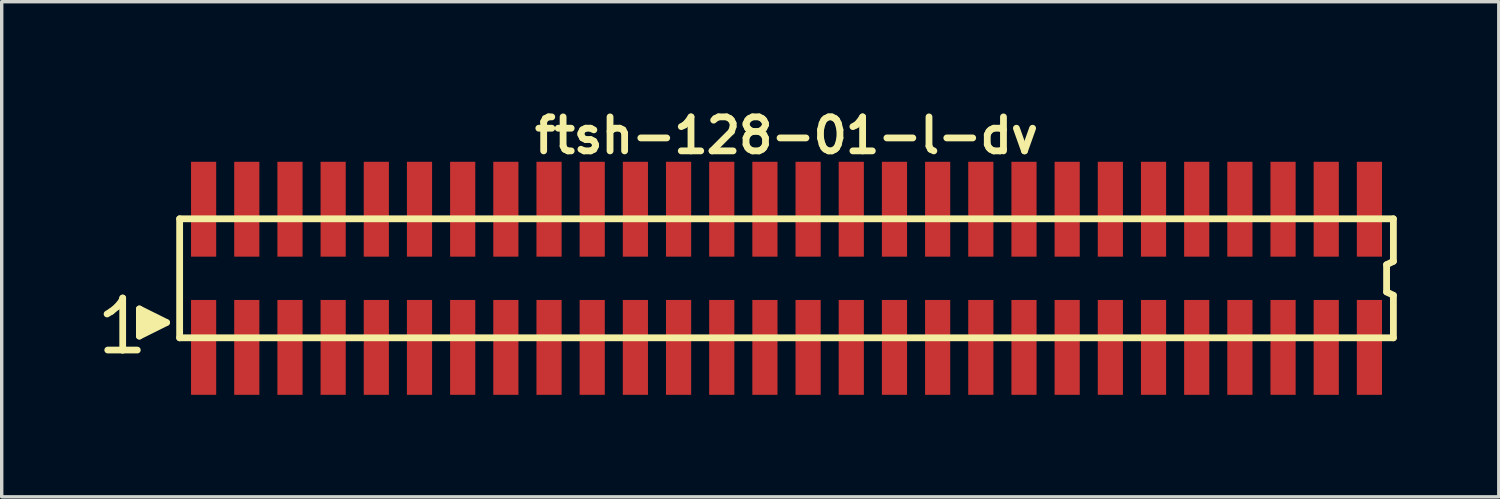
<source format=kicad_pcb>
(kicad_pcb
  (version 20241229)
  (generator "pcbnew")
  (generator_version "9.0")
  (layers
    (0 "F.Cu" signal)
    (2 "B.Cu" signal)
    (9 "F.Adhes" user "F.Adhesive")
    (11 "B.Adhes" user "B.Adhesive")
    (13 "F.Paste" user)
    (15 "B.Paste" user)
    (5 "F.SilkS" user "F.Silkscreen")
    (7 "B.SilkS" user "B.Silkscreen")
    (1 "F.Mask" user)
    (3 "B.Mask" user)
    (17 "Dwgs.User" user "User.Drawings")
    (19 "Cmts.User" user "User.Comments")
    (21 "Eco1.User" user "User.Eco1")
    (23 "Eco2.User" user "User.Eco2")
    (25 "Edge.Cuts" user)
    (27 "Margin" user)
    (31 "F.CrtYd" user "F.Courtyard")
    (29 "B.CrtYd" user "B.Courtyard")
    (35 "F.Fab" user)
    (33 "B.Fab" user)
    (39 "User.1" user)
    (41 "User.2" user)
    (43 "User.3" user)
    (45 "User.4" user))
  (footprint "ftsh-128-01-l-dv"
    (layer "F.Cu")
    (at 20.084 5.136)
    (property "Reference" "ftsh-128-01-l-dv" (at 0 -4.2 0) (layer "F.SilkS") (effects (font (size 1 1) (thickness 0.2))))
    (attr smd)
    (fp_line (start -19.985 1.05) (end -19.855 0.97) (stroke (width 0.198) (type solid)) (layer "F.SilkS"))
    (fp_line (start -19.855 0.97) (end -19.695 0.84) (stroke (width 0.198) (type solid)) (layer "F.SilkS"))
    (fp_line (start -19.695 0.84) (end -19.555 0.67) (stroke (width 0.198) (type solid)) (layer "F.SilkS"))
    (fp_line (start -19.555 0.67) (end -19.525 0.58) (stroke (width 0.198) (type solid)) (layer "F.SilkS"))
    (fp_line (start -19.525 0.58) (end -19.525 2.11) (stroke (width 0.198) (type solid)) (layer "F.SilkS"))
    (fp_line (start -19.525 2.11) (end -19.965 2.11) (stroke (width 0.198) (type solid)) (layer "F.SilkS"))
    (fp_line (start -19.095 2.11) (end -19.535 2.11) (stroke (width 0.198) (type solid)) (layer "F.SilkS"))
    (fp_line (start -19.035 0.9) (end -18.235 1.3) (stroke (width 0.198) (type solid)) (layer "F.SilkS"))
    (fp_line (start -19.035 1.7) (end -19.035 0.9) (stroke (width 0.198) (type solid)) (layer "F.SilkS"))
    (fp_line (start -18.935 1.6) (end -18.935 1) (stroke (width 0.198) (type solid)) (layer "F.SilkS"))
    (fp_line (start -18.835 1.1) (end -18.835 1.5) (stroke (width 0.198) (type solid)) (layer "F.SilkS"))
    (fp_line (start -18.735 1.5) (end -18.735 1.1) (stroke (width 0.198) (type solid)) (layer "F.SilkS"))
    (fp_line (start -18.635 1.2) (end -18.635 1.4) (stroke (width 0.198) (type solid)) (layer "F.SilkS"))
    (fp_line (start -18.535 1.4) (end -18.535 1.2) (stroke (width 0.198) (type solid)) (layer "F.SilkS"))
    (fp_line (start -18.235 1.3) (end -19.035 1.7) (stroke (width 0.198) (type solid)) (layer "F.SilkS"))
    (fp_line (start -17.85 -1.75) (end -17.85 1.75) (stroke (width 0.2) (type solid)) (layer "F.SilkS"))
    (fp_line (start -17.85 -1.75) (end 17.85 -1.75) (stroke (width 0.2) (type solid)) (layer "F.SilkS"))
    (fp_line (start -17.85 1.75) (end 17.85 1.75) (stroke (width 0.2) (type solid)) (layer "F.SilkS"))
    (fp_line (start 17.65 -0.4) (end 17.65 0.4) (stroke (width 0.2) (type solid)) (layer "F.SilkS"))
    (fp_line (start 17.65 0.4) (end 17.85 0.5) (stroke (width 0.2) (type solid)) (layer "F.SilkS"))
    (fp_line (start 17.85 -0.5) (end 17.65 -0.4) (stroke (width 0.2) (type solid)) (layer "F.SilkS"))
    (fp_line (start 17.85 -0.5) (end 17.85 -1.75) (stroke (width 0.2) (type solid)) (layer "F.SilkS"))
    (fp_line (start 17.85 0.5) (end 17.85 1.75) (stroke (width 0.2) (type solid)) (layer "F.SilkS"))
    (pad "1" smd rect (at -17.145 2.032) (size 0.74 2.79) (layers "F.Cu" "F.Mask" "F.Paste"))
    (pad "2" smd rect (at -17.145 -2.032) (size 0.74 2.79) (layers "F.Cu" "F.Mask" "F.Paste"))
    (pad "3" smd rect (at -15.875 2.032) (size 0.74 2.79) (layers "F.Cu" "F.Mask" "F.Paste"))
    (pad "4" smd rect (at -15.875 -2.032) (size 0.74 2.79) (layers "F.Cu" "F.Mask" "F.Paste"))
    (pad "5" smd rect (at -14.605 2.032) (size 0.74 2.79) (layers "F.Cu" "F.Mask" "F.Paste"))
    (pad "6" smd rect (at -14.605 -2.032) (size 0.74 2.79) (layers "F.Cu" "F.Mask" "F.Paste"))
    (pad "7" smd rect (at -13.335 2.032) (size 0.74 2.79) (layers "F.Cu" "F.Mask" "F.Paste"))
    (pad "8" smd rect (at -13.335 -2.032) (size 0.74 2.79) (layers "F.Cu" "F.Mask" "F.Paste"))
    (pad "9" smd rect (at -12.065 2.032) (size 0.74 2.79) (layers "F.Cu" "F.Mask" "F.Paste"))
    (pad "10" smd rect (at -12.065 -2.032) (size 0.74 2.79) (layers "F.Cu" "F.Mask" "F.Paste"))
    (pad "11" smd rect (at -10.795 2.032) (size 0.74 2.79) (layers "F.Cu" "F.Mask" "F.Paste"))
    (pad "12" smd rect (at -10.795 -2.032) (size 0.74 2.79) (layers "F.Cu" "F.Mask" "F.Paste"))
    (pad "13" smd rect (at -9.525 2.032) (size 0.74 2.79) (layers "F.Cu" "F.Mask" "F.Paste"))
    (pad "14" smd rect (at -9.525 -2.032) (size 0.74 2.79) (layers "F.Cu" "F.Mask" "F.Paste"))
    (pad "15" smd rect (at -8.255 2.032) (size 0.74 2.79) (layers "F.Cu" "F.Mask" "F.Paste"))
    (pad "16" smd rect (at -8.255 -2.032) (size 0.74 2.79) (layers "F.Cu" "F.Mask" "F.Paste"))
    (pad "17" smd rect (at -6.985 2.032) (size 0.74 2.79) (layers "F.Cu" "F.Mask" "F.Paste"))
    (pad "18" smd rect (at -6.985 -2.032) (size 0.74 2.79) (layers "F.Cu" "F.Mask" "F.Paste"))
    (pad "19" smd rect (at -5.715 2.032) (size 0.74 2.79) (layers "F.Cu" "F.Mask" "F.Paste"))
    (pad "20" smd rect (at -5.715 -2.032) (size 0.74 2.79) (layers "F.Cu" "F.Mask" "F.Paste"))
    (pad "21" smd rect (at -4.445 2.032) (size 0.74 2.79) (layers "F.Cu" "F.Mask" "F.Paste"))
    (pad "22" smd rect (at -4.445 -2.032) (size 0.74 2.79) (layers "F.Cu" "F.Mask" "F.Paste"))
    (pad "23" smd rect (at -3.175 2.032) (size 0.74 2.79) (layers "F.Cu" "F.Mask" "F.Paste"))
    (pad "24" smd rect (at -3.175 -2.032) (size 0.74 2.79) (layers "F.Cu" "F.Mask" "F.Paste"))
    (pad "25" smd rect (at -1.905 2.032) (size 0.74 2.79) (layers "F.Cu" "F.Mask" "F.Paste"))
    (pad "26" smd rect (at -1.905 -2.032) (size 0.74 2.79) (layers "F.Cu" "F.Mask" "F.Paste"))
    (pad "27" smd rect (at -0.635 2.032) (size 0.74 2.79) (layers "F.Cu" "F.Mask" "F.Paste"))
    (pad "28" smd rect (at -0.635 -2.032) (size 0.74 2.79) (layers "F.Cu" "F.Mask" "F.Paste"))
    (pad "29" smd rect (at 0.635 2.032) (size 0.74 2.79) (layers "F.Cu" "F.Mask" "F.Paste"))
    (pad "30" smd rect (at 0.635 -2.032) (size 0.74 2.79) (layers "F.Cu" "F.Mask" "F.Paste"))
    (pad "31" smd rect (at 1.905 2.032) (size 0.74 2.79) (layers "F.Cu" "F.Mask" "F.Paste"))
    (pad "32" smd rect (at 1.905 -2.032) (size 0.74 2.79) (layers "F.Cu" "F.Mask" "F.Paste"))
    (pad "33" smd rect (at 3.175 2.032) (size 0.74 2.79) (layers "F.Cu" "F.Mask" "F.Paste"))
    (pad "34" smd rect (at 3.175 -2.032) (size 0.74 2.79) (layers "F.Cu" "F.Mask" "F.Paste"))
    (pad "35" smd rect (at 4.445 2.032) (size 0.74 2.79) (layers "F.Cu" "F.Mask" "F.Paste"))
    (pad "36" smd rect (at 4.445 -2.032) (size 0.74 2.79) (layers "F.Cu" "F.Mask" "F.Paste"))
    (pad "37" smd rect (at 5.715 2.032) (size 0.74 2.79) (layers "F.Cu" "F.Mask" "F.Paste"))
    (pad "38" smd rect (at 5.715 -2.032) (size 0.74 2.79) (layers "F.Cu" "F.Mask" "F.Paste"))
    (pad "39" smd rect (at 6.985 2.032) (size 0.74 2.79) (layers "F.Cu" "F.Mask" "F.Paste"))
    (pad "40" smd rect (at 6.985 -2.032) (size 0.74 2.79) (layers "F.Cu" "F.Mask" "F.Paste"))
    (pad "41" smd rect (at 8.255 2.032) (size 0.74 2.79) (layers "F.Cu" "F.Mask" "F.Paste"))
    (pad "42" smd rect (at 8.255 -2.032) (size 0.74 2.79) (layers "F.Cu" "F.Mask" "F.Paste"))
    (pad "43" smd rect (at 9.525 2.032) (size 0.74 2.79) (layers "F.Cu" "F.Mask" "F.Paste"))
    (pad "44" smd rect (at 9.525 -2.032) (size 0.74 2.79) (layers "F.Cu" "F.Mask" "F.Paste"))
    (pad "45" smd rect (at 10.795 2.032) (size 0.74 2.79) (layers "F.Cu" "F.Mask" "F.Paste"))
    (pad "46" smd rect (at 10.795 -2.032) (size 0.74 2.79) (layers "F.Cu" "F.Mask" "F.Paste"))
    (pad "47" smd rect (at 12.065 2.032) (size 0.74 2.79) (layers "F.Cu" "F.Mask" "F.Paste"))
    (pad "48" smd rect (at 12.065 -2.032) (size 0.74 2.79) (layers "F.Cu" "F.Mask" "F.Paste"))
    (pad "49" smd rect (at 13.335 2.032) (size 0.74 2.79) (layers "F.Cu" "F.Mask" "F.Paste"))
    (pad "50" smd rect (at 13.335 -2.032) (size 0.74 2.79) (layers "F.Cu" "F.Mask" "F.Paste"))
    (pad "51" smd rect (at 14.605 2.032) (size 0.74 2.79) (layers "F.Cu" "F.Mask" "F.Paste"))
    (pad "52" smd rect (at 14.605 -2.032) (size 0.74 2.79) (layers "F.Cu" "F.Mask" "F.Paste"))
    (pad "53" smd rect (at 15.875 2.032) (size 0.74 2.79) (layers "F.Cu" "F.Mask" "F.Paste"))
    (pad "54" smd rect (at 15.875 -2.032) (size 0.74 2.79) (layers "F.Cu" "F.Mask" "F.Paste"))
    (pad "55" smd rect (at 17.145 2.032) (size 0.74 2.79) (layers "F.Cu" "F.Mask" "F.Paste"))
    (pad "56" smd rect (at 17.145 -2.032) (size 0.74 2.79) (layers "F.Cu" "F.Mask" "F.Paste")))
  (gr_rect
    (start -3 -3)
    (end 41.034 11.563)
    (stroke (width 0.1) (type default))
    (fill no)
    (layer "Edge.Cuts")))
</source>
